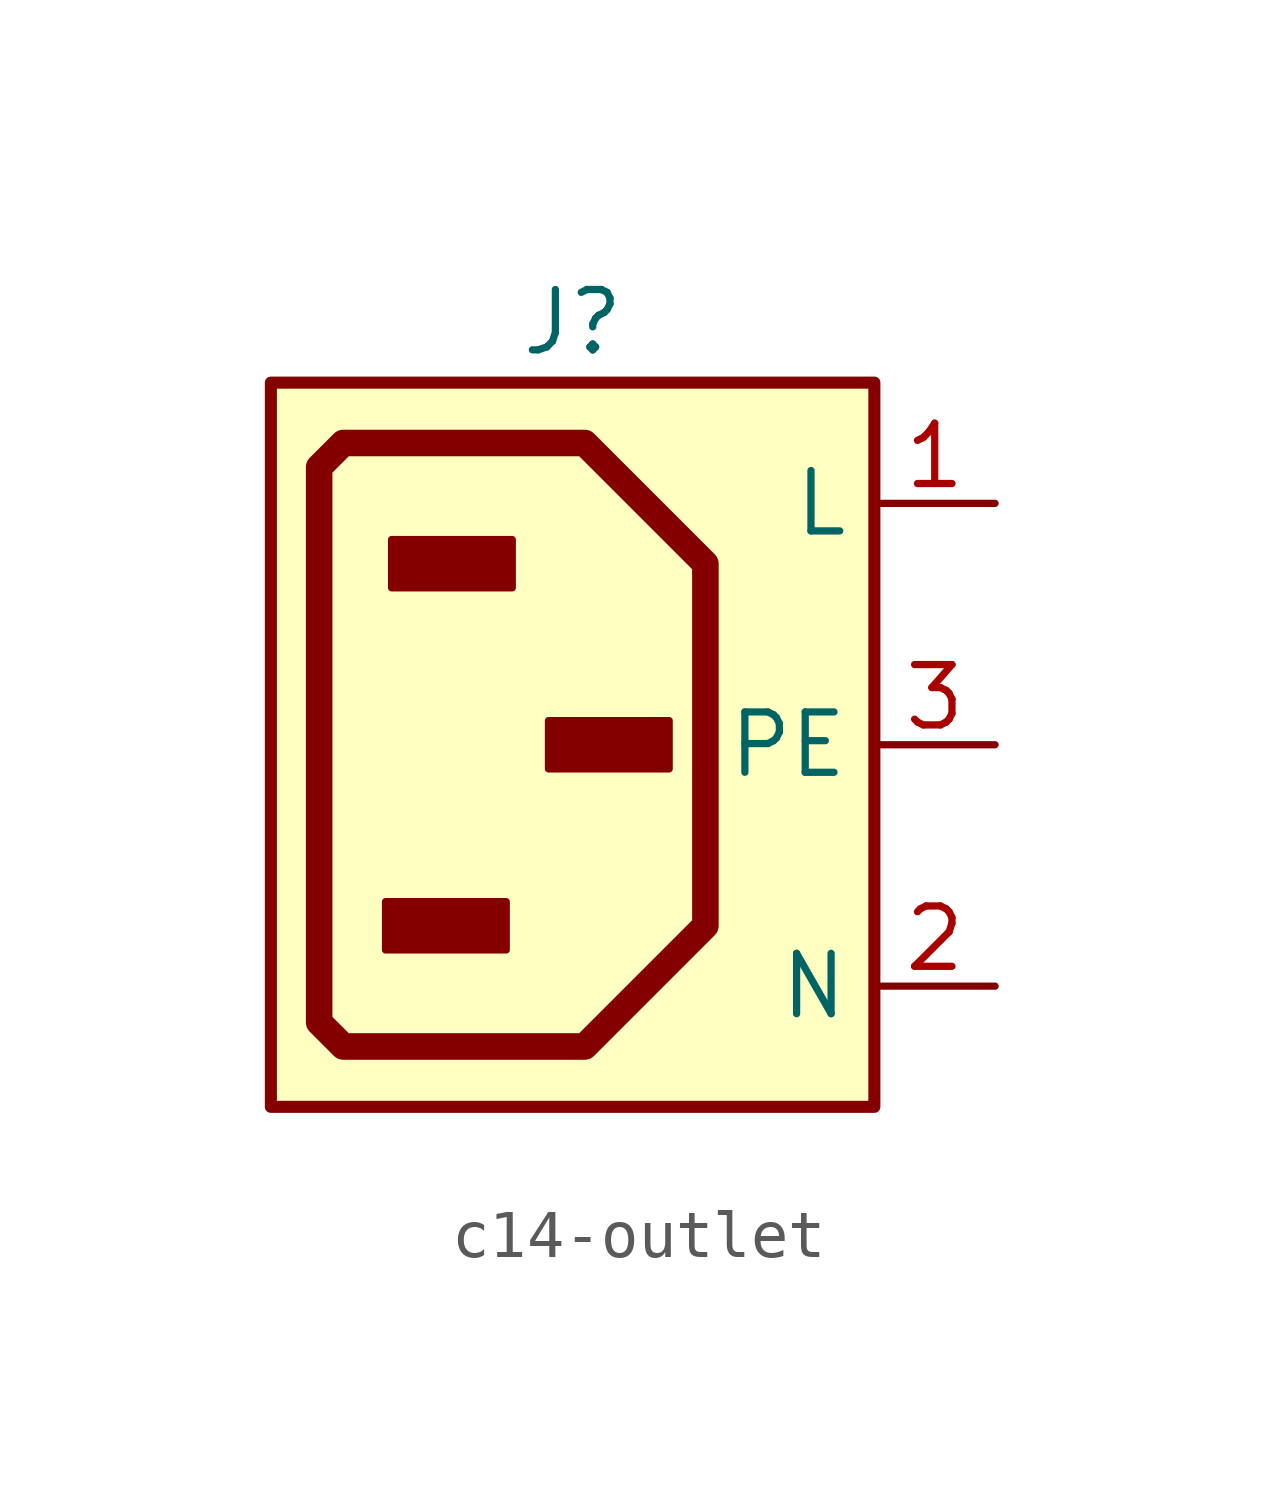
<source format=kicad_sym>
(kicad_symbol_lib
  (version 20231120)
  (generator "kicad_symbol_editor")
  (generator_version "8.0")
  (symbol "c14-outlet"
    (property "Reference" "J"
      (at 0 8.89 0)
      (effects (font (size 1.27 1.27))))
    (property "Value" ""
      (at 0 0 0)
      (effects (font (size 1.27 1.27))))
    (symbol "c14-outlet_1_1"
      (rectangle (start -6.35 7.62) (end 6.35 -7.62) (stroke (width 0.254) (type default)) (fill (type background)))
      (rectangle (start -3.937 -3.302) (end -1.397 -4.318) (stroke (width 0) (type default)) (fill (type outline)))
      (rectangle (start -3.81 4.318) (end -1.27 3.302) (stroke (width 0) (type default)) (fill (type outline)))
      (rectangle (start -0.508 0.508) (end 2.032 -0.508) (stroke (width 0) (type default)) (fill (type outline)))
      (polyline (pts (xy -4.826 -6.35) (xy -5.334 -5.842) (xy -5.334 5.842) (xy -4.826 6.35) (xy 0.254 6.35) (xy 2.794 3.81) (xy 2.794 -3.81) (xy 0.254 -6.35) (xy -4.826 -6.35)) (stroke (width 0.559) (type default)) (fill (type background)))
      (pin power_in line (at 8.89 5.08 180) (length 2.54) (name "L" (effects (font (size 1.27 1.27)))) (number "1" (effects (font (size 1.27 1.27)))))
      (pin power_in line (at 8.89 -5.08 180) (length 2.54) (name "N" (effects (font (size 1.27 1.27)))) (number "2" (effects (font (size 1.27 1.27)))))
      (pin bidirectional line (at 8.89 0 180) (length 2.54) (name "PE" (effects (font (size 1.27 1.27)))) (number "3" (effects (font (size 1.27 1.27))))))))
</source>
